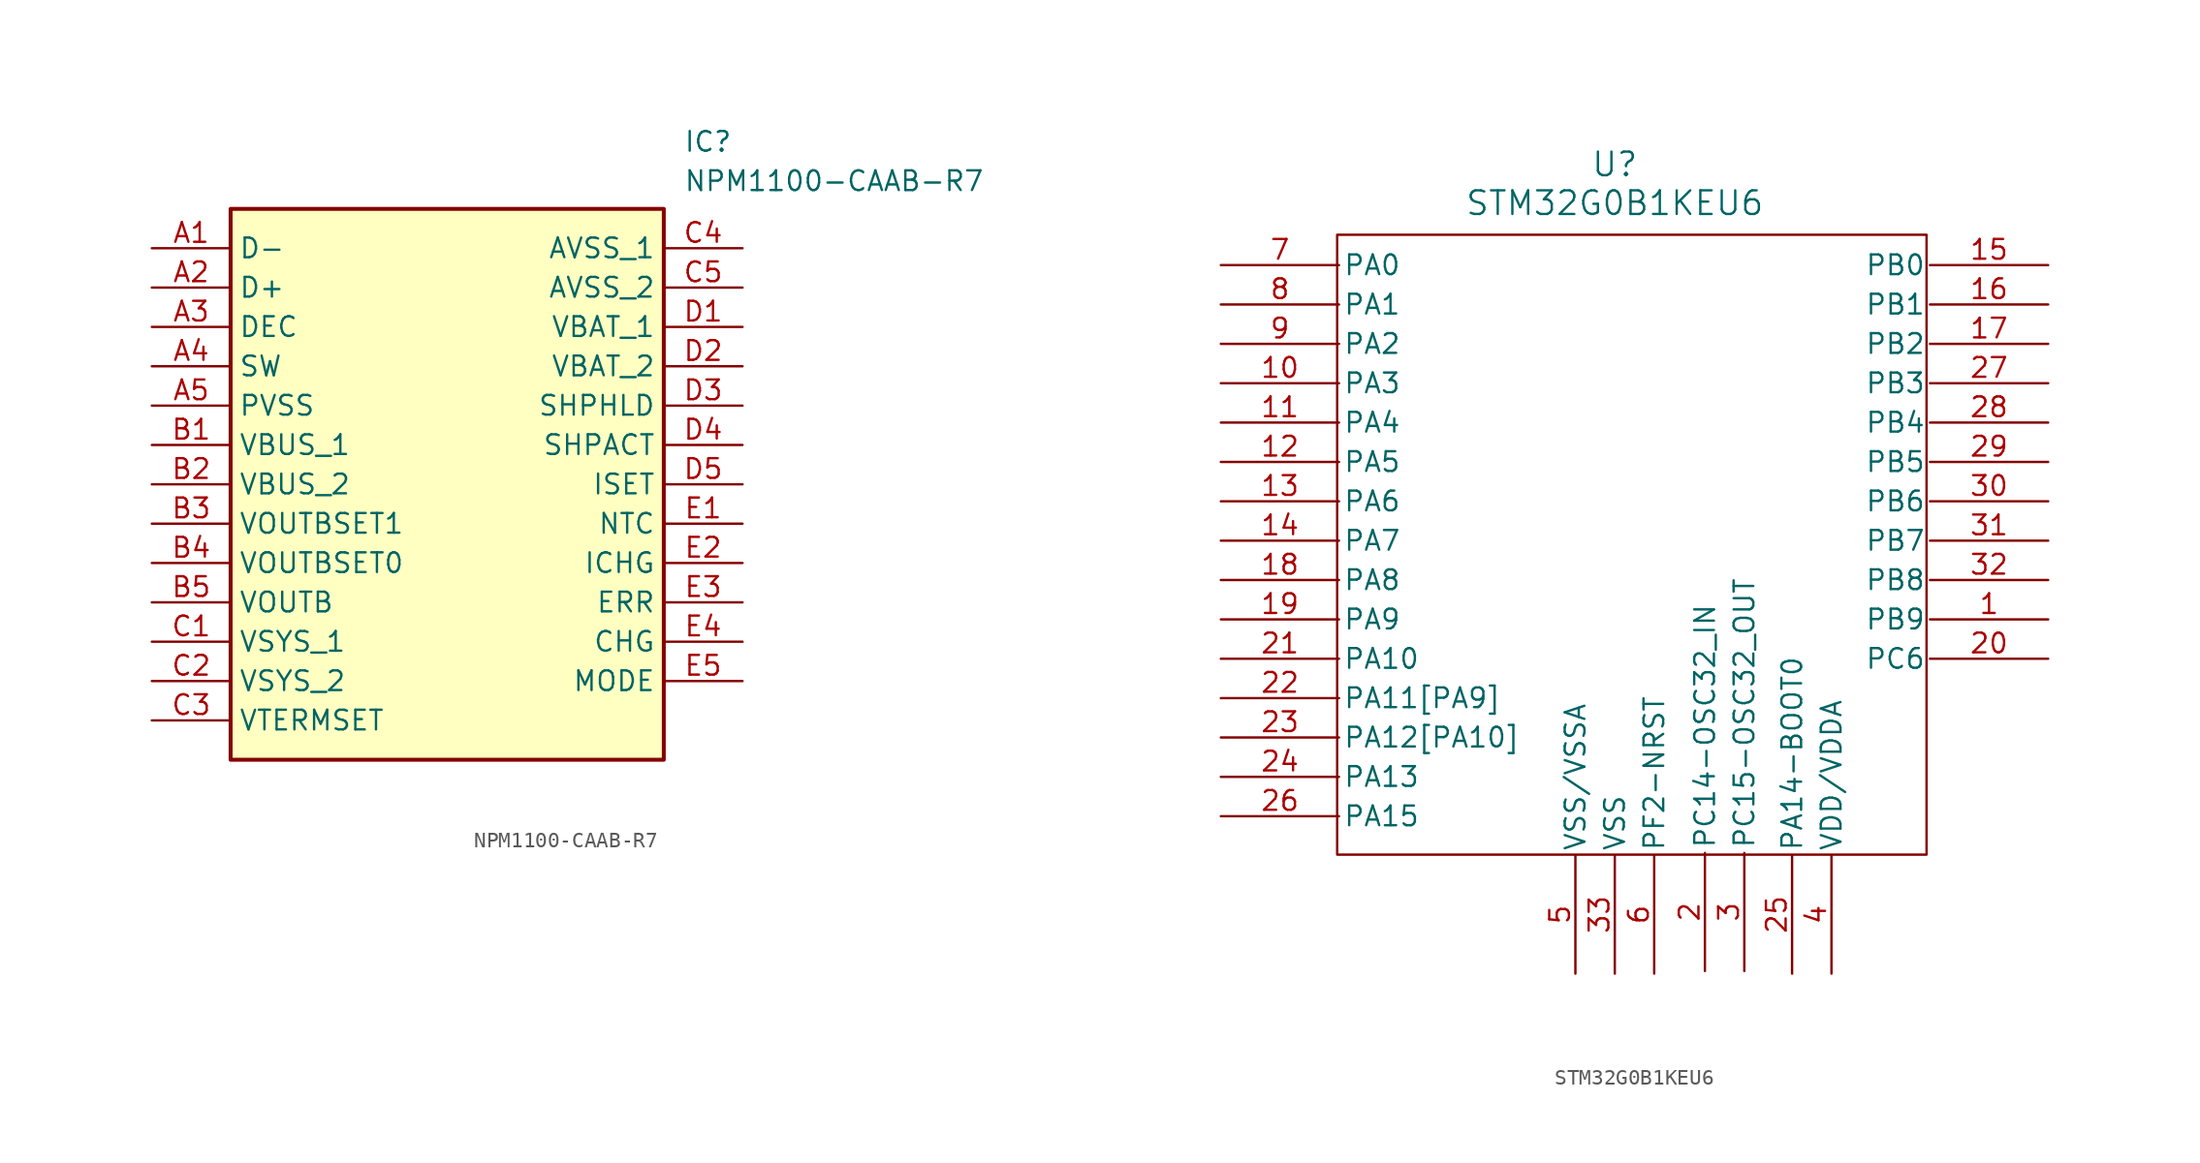
<source format=kicad_sym>
(kicad_symbol_lib
  (version 20241209)
  (generator "kicad_symbol_editor")
  (generator_version "9.0")
  (symbol "NPM1100-CAAB-R7"
    (property "Reference" "IC"
      (at 34.29 7.62 0)
      (effects (font (size 1.27 1.27)) (justify left top)))
    (property "Value" "NPM1100-CAAB-R7"
      (at 34.29 5.08 0)
      (effects (font (size 1.27 1.27)) (justify left top)))
    (symbol "NPM1100-CAAB-R7_1_1"
      (rectangle (start 5.08 2.54) (end 33.02 -33.02) (stroke (width 0.254) (type default)) (fill (type background)))
      (pin passive line (at 0 0 0) (length 5.08) (name "D-" (effects (font (size 1.27 1.27)))) (number "A1" (effects (font (size 1.27 1.27)))))
      (pin passive line (at 0 -2.54 0) (length 5.08) (name "D+" (effects (font (size 1.27 1.27)))) (number "A2" (effects (font (size 1.27 1.27)))))
      (pin passive line (at 0 -5.08 0) (length 5.08) (name "DEC" (effects (font (size 1.27 1.27)))) (number "A3" (effects (font (size 1.27 1.27)))))
      (pin passive line (at 0 -7.62 0) (length 5.08) (name "SW" (effects (font (size 1.27 1.27)))) (number "A4" (effects (font (size 1.27 1.27)))))
      (pin passive line (at 0 -10.16 0) (length 5.08) (name "PVSS" (effects (font (size 1.27 1.27)))) (number "A5" (effects (font (size 1.27 1.27)))))
      (pin passive line (at 0 -12.7 0) (length 5.08) (name "VBUS_1" (effects (font (size 1.27 1.27)))) (number "B1" (effects (font (size 1.27 1.27)))))
      (pin passive line (at 0 -15.24 0) (length 5.08) (name "VBUS_2" (effects (font (size 1.27 1.27)))) (number "B2" (effects (font (size 1.27 1.27)))))
      (pin passive line (at 0 -17.78 0) (length 5.08) (name "VOUTBSET1" (effects (font (size 1.27 1.27)))) (number "B3" (effects (font (size 1.27 1.27)))))
      (pin passive line (at 0 -20.32 0) (length 5.08) (name "VOUTBSET0" (effects (font (size 1.27 1.27)))) (number "B4" (effects (font (size 1.27 1.27)))))
      (pin passive line (at 0 -22.86 0) (length 5.08) (name "VOUTB" (effects (font (size 1.27 1.27)))) (number "B5" (effects (font (size 1.27 1.27)))))
      (pin passive line (at 0 -25.4 0) (length 5.08) (name "VSYS_1" (effects (font (size 1.27 1.27)))) (number "C1" (effects (font (size 1.27 1.27)))))
      (pin passive line (at 0 -27.94 0) (length 5.08) (name "VSYS_2" (effects (font (size 1.27 1.27)))) (number "C2" (effects (font (size 1.27 1.27)))))
      (pin passive line (at 0 -30.48 0) (length 5.08) (name "VTERMSET" (effects (font (size 1.27 1.27)))) (number "C3" (effects (font (size 1.27 1.27)))))
      (pin passive line (at 38.1 0 180) (length 5.08) (name "AVSS_1" (effects (font (size 1.27 1.27)))) (number "C4" (effects (font (size 1.27 1.27)))))
      (pin passive line (at 38.1 -2.54 180) (length 5.08) (name "AVSS_2" (effects (font (size 1.27 1.27)))) (number "C5" (effects (font (size 1.27 1.27)))))
      (pin passive line (at 38.1 -5.08 180) (length 5.08) (name "VBAT_1" (effects (font (size 1.27 1.27)))) (number "D1" (effects (font (size 1.27 1.27)))))
      (pin passive line (at 38.1 -7.62 180) (length 5.08) (name "VBAT_2" (effects (font (size 1.27 1.27)))) (number "D2" (effects (font (size 1.27 1.27)))))
      (pin passive line (at 38.1 -10.16 180) (length 5.08) (name "SHPHLD" (effects (font (size 1.27 1.27)))) (number "D3" (effects (font (size 1.27 1.27)))))
      (pin passive line (at 38.1 -12.7 180) (length 5.08) (name "SHPACT" (effects (font (size 1.27 1.27)))) (number "D4" (effects (font (size 1.27 1.27)))))
      (pin passive line (at 38.1 -15.24 180) (length 5.08) (name "ISET" (effects (font (size 1.27 1.27)))) (number "D5" (effects (font (size 1.27 1.27)))))
      (pin passive line (at 38.1 -17.78 180) (length 5.08) (name "NTC" (effects (font (size 1.27 1.27)))) (number "E1" (effects (font (size 1.27 1.27)))))
      (pin passive line (at 38.1 -20.32 180) (length 5.08) (name "ICHG" (effects (font (size 1.27 1.27)))) (number "E2" (effects (font (size 1.27 1.27)))))
      (pin passive line (at 38.1 -22.86 180) (length 5.08) (name "ERR" (effects (font (size 1.27 1.27)))) (number "E3" (effects (font (size 1.27 1.27)))))
      (pin passive line (at 38.1 -25.4 180) (length 5.08) (name "CHG" (effects (font (size 1.27 1.27)))) (number "E4" (effects (font (size 1.27 1.27)))))
      (pin passive line (at 38.1 -27.94 180) (length 5.08) (name "MODE" (effects (font (size 1.27 1.27)))) (number "E5" (effects (font (size 1.27 1.27)))))))
  (symbol "STM32G0B1KEU6"
    (pin_names
      (offset 0.254))
    (property "Reference" "U"
      (at 0 6.5 0)
      (effects (font (size 1.524 1.524))))
    (property "Value" "STM32G0B1KEU6"
      (at 0 4 0)
      (effects (font (size 1.524 1.524))))
    (symbol "STM32G0B1KEU6_0_1"
      (pin bidirectional line (at -25.4 0 0) (length 7.62) (name "PA0" (effects (font (size 1.27 1.27)))) (number "7" (effects (font (size 1.27 1.27)))))
      (pin bidirectional line (at -25.4 -2.54 0) (length 7.62) (name "PA1" (effects (font (size 1.27 1.27)))) (number "8" (effects (font (size 1.27 1.27)))))
      (pin bidirectional line (at -25.4 -5.08 0) (length 7.62) (name "PA2" (effects (font (size 1.27 1.27)))) (number "9" (effects (font (size 1.27 1.27)))))
      (pin bidirectional line (at -25.4 -7.62 0) (length 7.62) (name "PA3" (effects (font (size 1.27 1.27)))) (number "10" (effects (font (size 1.27 1.27)))))
      (pin bidirectional line (at -25.4 -10.16 0) (length 7.62) (name "PA4" (effects (font (size 1.27 1.27)))) (number "11" (effects (font (size 1.27 1.27)))))
      (pin bidirectional line (at -25.4 -12.7 0) (length 7.62) (name "PA5" (effects (font (size 1.27 1.27)))) (number "12" (effects (font (size 1.27 1.27)))))
      (pin bidirectional line (at -25.4 -15.24 0) (length 7.62) (name "PA6" (effects (font (size 1.27 1.27)))) (number "13" (effects (font (size 1.27 1.27)))))
      (pin bidirectional line (at -25.4 -17.78 0) (length 7.62) (name "PA7" (effects (font (size 1.27 1.27)))) (number "14" (effects (font (size 1.27 1.27)))))
      (pin bidirectional line (at -25.4 -20.32 0) (length 7.62) (name "PA8" (effects (font (size 1.27 1.27)))) (number "18" (effects (font (size 1.27 1.27)))))
      (pin bidirectional line (at -25.4 -22.86 0) (length 7.62) (name "PA9" (effects (font (size 1.27 1.27)))) (number "19" (effects (font (size 1.27 1.27)))))
      (pin bidirectional line (at -25.4 -25.4 0) (length 7.62) (name "PA10" (effects (font (size 1.27 1.27)))) (number "21" (effects (font (size 1.27 1.27)))))
      (pin bidirectional line (at -25.4 -27.94 0) (length 7.62) (name "PA11[PA9]" (effects (font (size 1.27 1.27)))) (number "22" (effects (font (size 1.27 1.27)))))
      (pin bidirectional line (at -25.4 -30.48 0) (length 7.62) (name "PA12[PA10]" (effects (font (size 1.27 1.27)))) (number "23" (effects (font (size 1.27 1.27)))))
      (pin bidirectional line (at -25.4 -33.02 0) (length 7.62) (name "PA13" (effects (font (size 1.27 1.27)))) (number "24" (effects (font (size 1.27 1.27)))))
      (pin bidirectional line (at -25.4 -35.56 0) (length 7.62) (name "PA15" (effects (font (size 1.27 1.27)))) (number "26" (effects (font (size 1.27 1.27)))))
      (pin power_out line (at -2.54 -45.72 90) (length 7.62) (name "VSS/VSSA" (effects (font (size 1.27 1.27)))) (number "5" (effects (font (size 1.27 1.27)))))
      (pin power_out line (at 0 -45.72 90) (length 7.62) (name "VSS" (effects (font (size 1.27 1.27)))) (number "33" (effects (font (size 1.27 1.27)))))
      (pin bidirectional line (at 2.54 -45.72 90) (length 7.62) (name "PF2-NRST" (effects (font (size 1.27 1.27)))) (number "6" (effects (font (size 1.27 1.27)))))
      (pin bidirectional line (at 5.81 -45.55 90) (length 7.62) (name "PC14-OSC32_IN" (effects (font (size 1.27 1.27)))) (number "2" (effects (font (size 1.27 1.27)))))
      (pin bidirectional line (at 8.35 -45.55 90) (length 7.62) (name "PC15-OSC32_OUT" (effects (font (size 1.27 1.27)))) (number "3" (effects (font (size 1.27 1.27)))))
      (pin bidirectional line (at 11.43 -45.72 90) (length 7.62) (name "PA14-BOOT0" (effects (font (size 1.27 1.27)))) (number "25" (effects (font (size 1.27 1.27)))))
      (pin power_in line (at 13.97 -45.72 90) (length 7.62) (name "VDD/VDDA" (effects (font (size 1.27 1.27)))) (number "4" (effects (font (size 1.27 1.27)))))
      (pin bidirectional line (at 27.94 0 180) (length 7.62) (name "PB0" (effects (font (size 1.27 1.27)))) (number "15" (effects (font (size 1.27 1.27)))))
      (pin bidirectional line (at 27.94 -2.54 180) (length 7.62) (name "PB1" (effects (font (size 1.27 1.27)))) (number "16" (effects (font (size 1.27 1.27)))))
      (pin bidirectional line (at 27.94 -5.08 180) (length 7.62) (name "PB2" (effects (font (size 1.27 1.27)))) (number "17" (effects (font (size 1.27 1.27)))))
      (pin bidirectional line (at 27.94 -7.62 180) (length 7.62) (name "PB3" (effects (font (size 1.27 1.27)))) (number "27" (effects (font (size 1.27 1.27)))))
      (pin bidirectional line (at 27.94 -10.16 180) (length 7.62) (name "PB4" (effects (font (size 1.27 1.27)))) (number "28" (effects (font (size 1.27 1.27)))))
      (pin bidirectional line (at 27.94 -12.7 180) (length 7.62) (name "PB5" (effects (font (size 1.27 1.27)))) (number "29" (effects (font (size 1.27 1.27)))))
      (pin bidirectional line (at 27.94 -15.24 180) (length 7.62) (name "PB6" (effects (font (size 1.27 1.27)))) (number "30" (effects (font (size 1.27 1.27)))))
      (pin bidirectional line (at 27.94 -17.78 180) (length 7.62) (name "PB7" (effects (font (size 1.27 1.27)))) (number "31" (effects (font (size 1.27 1.27)))))
      (pin bidirectional line (at 27.94 -20.32 180) (length 7.62) (name "PB8" (effects (font (size 1.27 1.27)))) (number "32" (effects (font (size 1.27 1.27)))))
      (pin bidirectional line (at 27.94 -22.86 180) (length 7.62) (name "PB9" (effects (font (size 1.27 1.27)))) (number "1" (effects (font (size 1.27 1.27)))))
      (pin bidirectional line (at 27.94 -25.4 180) (length 7.62) (name "PC6" (effects (font (size 1.27 1.27)))) (number "20" (effects (font (size 1.27 1.27))))))
    (symbol "STM32G0B1KEU6_1_1"
      (rectangle (start -17.9 1.96) (end 20.1 -38.04) (stroke (width 0) (type default)) (fill (type none))))))
</source>
